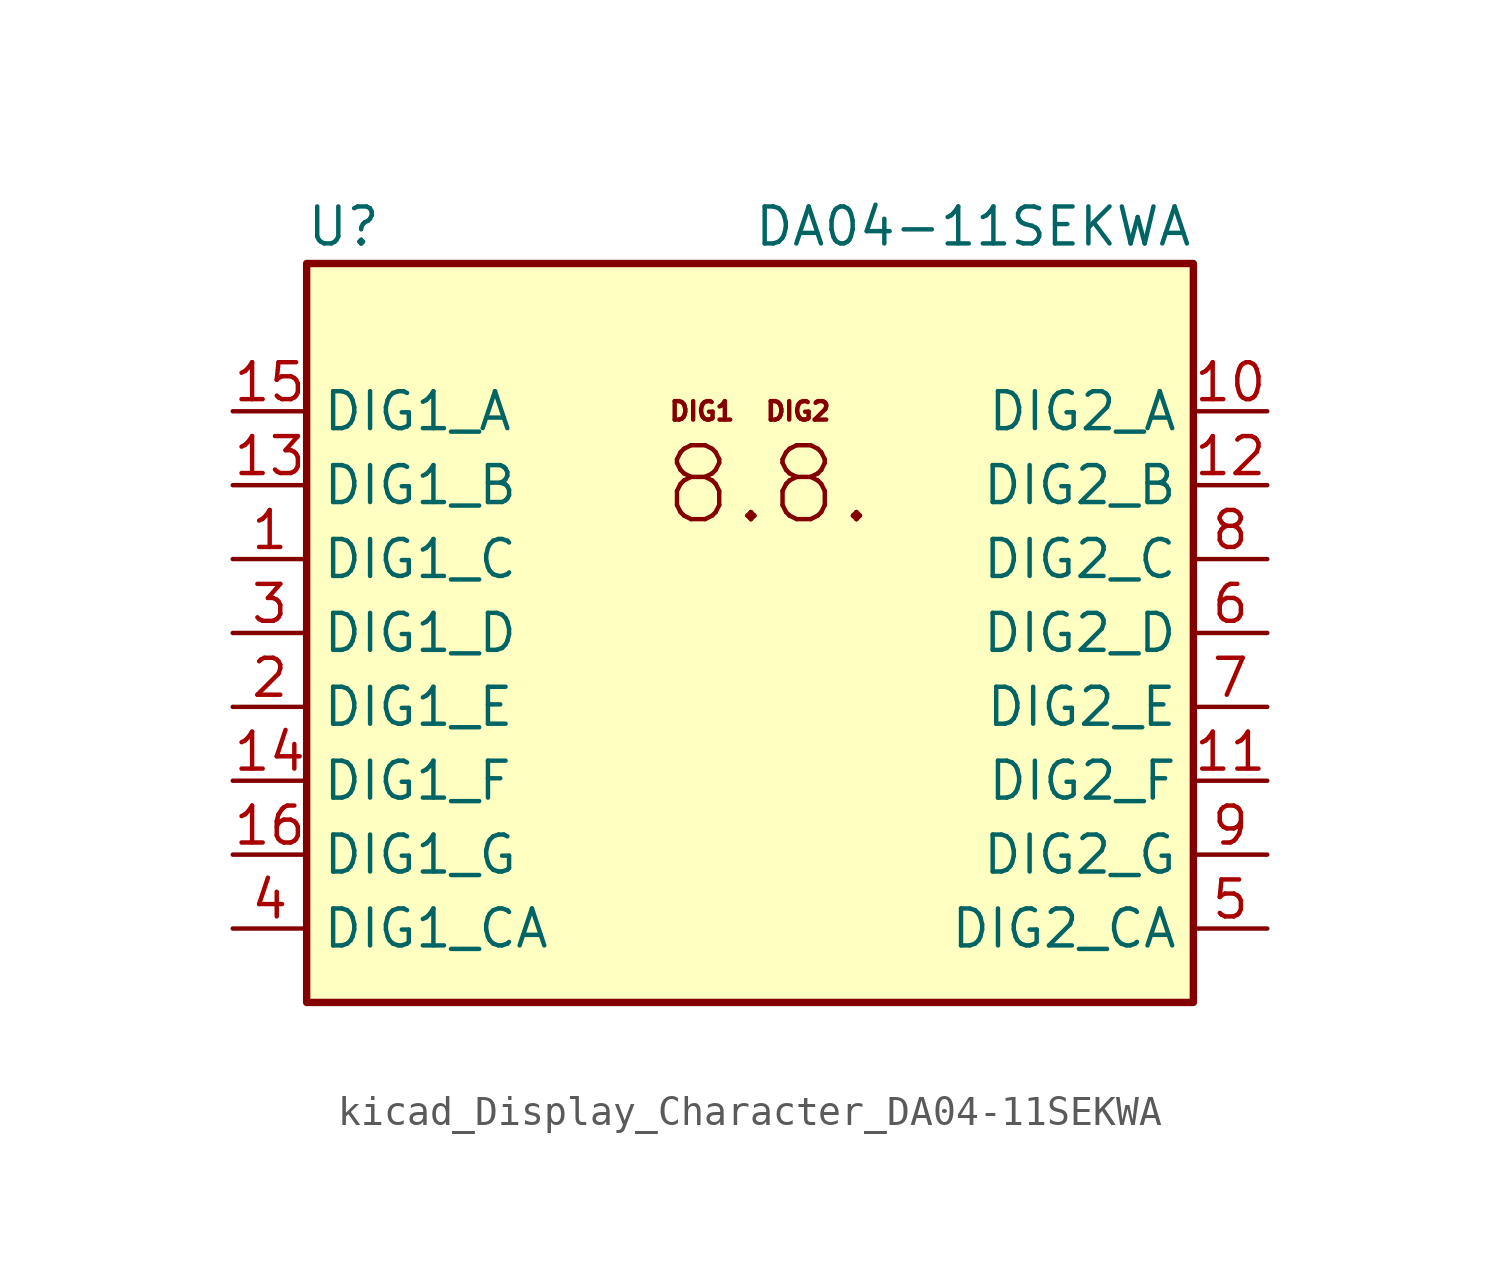
<source format=kicad_sym>
(kicad_symbol_lib
  (version 20220914)
  (generator kicad_symbol_editor)
  (symbol "kicad_Display_Character_DA04-11SEKWA"
    (property "Reference" "U"
      (at -13.97 13.97 0)
      (effects (font (size 1.27 1.27))))
    (property "Value" "DA04-11SEKWA"
      (at 15.24 13.97 0)
      (effects (font (size 1.27 1.27)) (justify right)))
    (symbol "kicad_Display_Character_DA04-11SEKWA_0_0"
      (text "8.8." (at 0.635 5.08 0) (effects (font (size 2.54 2.54))))
      (text "DIG1" (at -1.651 7.62 0) (effects (font (size 0.635 0.635))))
      (text "DIG2" (at 1.651 7.62 0) (effects (font (size 0.635 0.635)))))
    (symbol "kicad_Display_Character_DA04-11SEKWA_0_1"
      (rectangle (start -15.24 12.7) (end 15.24 -12.7) (stroke (width 0.254) (type default)) (fill (type background))))
    (symbol "kicad_Display_Character_DA04-11SEKWA_1_1"
      (pin input line (at -17.78 2.54 0) (length 2.54) (name "DIG1_C" (effects (font (size 1.27 1.27)))) (number "1" (effects (font (size 1.27 1.27)))))
      (pin input line (at 17.78 7.62 180) (length 2.54) (name "DIG2_A" (effects (font (size 1.27 1.27)))) (number "10" (effects (font (size 1.27 1.27)))))
      (pin input line (at 17.78 -5.08 180) (length 2.54) (name "DIG2_F" (effects (font (size 1.27 1.27)))) (number "11" (effects (font (size 1.27 1.27)))))
      (pin input line (at 17.78 5.08 180) (length 2.54) (name "DIG2_B" (effects (font (size 1.27 1.27)))) (number "12" (effects (font (size 1.27 1.27)))))
      (pin input line (at -17.78 5.08 0) (length 2.54) (name "DIG1_B" (effects (font (size 1.27 1.27)))) (number "13" (effects (font (size 1.27 1.27)))))
      (pin input line (at -17.78 -5.08 0) (length 2.54) (name "DIG1_F" (effects (font (size 1.27 1.27)))) (number "14" (effects (font (size 1.27 1.27)))))
      (pin input line (at -17.78 7.62 0) (length 2.54) (name "DIG1_A" (effects (font (size 1.27 1.27)))) (number "15" (effects (font (size 1.27 1.27)))))
      (pin input line (at -17.78 -7.62 0) (length 2.54) (name "DIG1_G" (effects (font (size 1.27 1.27)))) (number "16" (effects (font (size 1.27 1.27)))))
      (pin input line (at -17.78 -2.54 0) (length 2.54) (name "DIG1_E" (effects (font (size 1.27 1.27)))) (number "2" (effects (font (size 1.27 1.27)))))
      (pin input line (at -17.78 0 0) (length 2.54) (name "DIG1_D" (effects (font (size 1.27 1.27)))) (number "3" (effects (font (size 1.27 1.27)))))
      (pin input line (at -17.78 -10.16 0) (length 2.54) (name "DIG1_CA" (effects (font (size 1.27 1.27)))) (number "4" (effects (font (size 1.27 1.27)))))
      (pin input line (at 17.78 -10.16 180) (length 2.54) (name "DIG2_CA" (effects (font (size 1.27 1.27)))) (number "5" (effects (font (size 1.27 1.27)))))
      (pin input line (at 17.78 0 180) (length 2.54) (name "DIG2_D" (effects (font (size 1.27 1.27)))) (number "6" (effects (font (size 1.27 1.27)))))
      (pin input line (at 17.78 -2.54 180) (length 2.54) (name "DIG2_E" (effects (font (size 1.27 1.27)))) (number "7" (effects (font (size 1.27 1.27)))))
      (pin input line (at 17.78 2.54 180) (length 2.54) (name "DIG2_C" (effects (font (size 1.27 1.27)))) (number "8" (effects (font (size 1.27 1.27)))))
      (pin input line (at 17.78 -7.62 180) (length 2.54) (name "DIG2_G" (effects (font (size 1.27 1.27)))) (number "9" (effects (font (size 1.27 1.27))))))))
</source>
